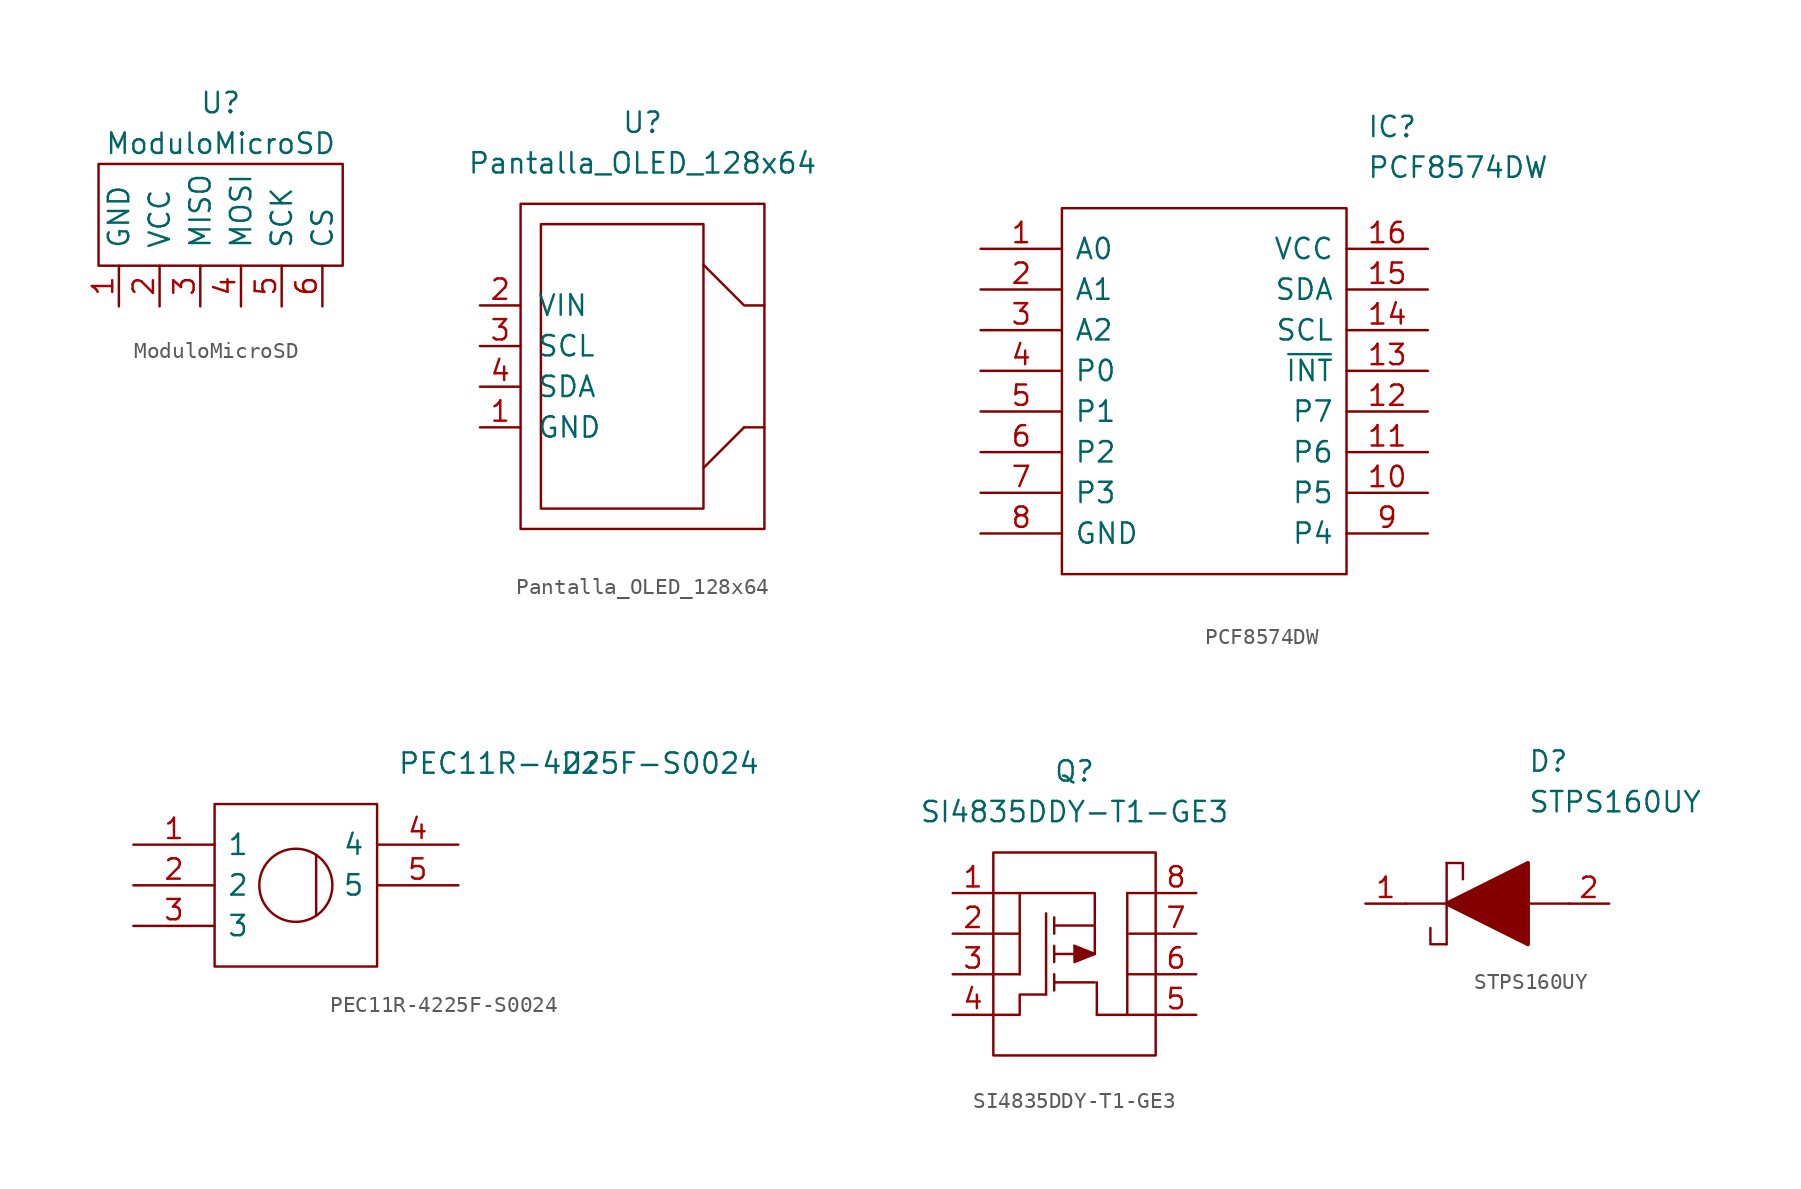
<source format=kicad_sym>
(kicad_symbol_lib
  (version 20231120)
  (generator "kicad_symbol_editor")
  (generator_version "8.0")
  (symbol "ModuloMicroSD"
    (pin_names
      (offset 1.016))
    (property "Reference" "U"
      (at 0 7.62 0)
      (effects (font (size 1.27 1.27))))
    (property "Value" "ModuloMicroSD"
      (at 0 5.08 0)
      (effects (font (size 1.27 1.27))))
    (symbol "ModuloMicroSD_0_1"
      (polyline (pts (xy -7.62 -2.54) (xy 7.62 -2.54) (xy 7.62 3.81) (xy -7.62 3.81) (xy -7.62 -2.54)) (stroke (width 0) (type default)) (fill (type none))))
    (symbol "ModuloMicroSD_1_1"
      (pin input line (at -6.35 -5.08 90) (length 2.54) (name "GND" (effects (font (size 1.27 1.27)))) (number "1" (effects (font (size 1.27 1.27)))))
      (pin input line (at -3.81 -5.08 90) (length 2.54) (name "VCC" (effects (font (size 1.27 1.27)))) (number "2" (effects (font (size 1.27 1.27)))))
      (pin output line (at -1.27 -5.08 90) (length 2.54) (name "MISO" (effects (font (size 1.27 1.27)))) (number "3" (effects (font (size 1.27 1.27)))))
      (pin input line (at 1.27 -5.08 90) (length 2.54) (name "MOSI" (effects (font (size 1.27 1.27)))) (number "4" (effects (font (size 1.27 1.27)))))
      (pin input line (at 3.81 -5.08 90) (length 2.54) (name "SCK" (effects (font (size 1.27 1.27)))) (number "5" (effects (font (size 1.27 1.27)))))
      (pin input line (at 6.35 -5.08 90) (length 2.54) (name "CS" (effects (font (size 1.27 1.27)))) (number "6" (effects (font (size 1.27 1.27)))))))
  (symbol "Pantalla_OLED_128x64"
    (pin_names
      (offset 1.016))
    (property "Reference" "U"
      (at 0 15.24 0)
      (effects (font (size 1.27 1.27))))
    (property "Value" "Pantalla_OLED_128x64"
      (at 0 12.7 0)
      (effects (font (size 1.27 1.27))))
    (symbol "Pantalla_OLED_128x64_0_1"
      (rectangle (start -7.62 10.16) (end 7.62 -10.16) (stroke (width 0) (type default)) (fill (type none)))
      (rectangle (start -6.35 -8.89) (end 3.81 8.89) (stroke (width 0) (type default)) (fill (type none)))
      (polyline (pts (xy 6.35 -3.81) (xy 3.81 -6.35)) (stroke (width 0) (type default)) (fill (type none)))
      (polyline (pts (xy 7.62 -3.81) (xy 6.35 -3.81)) (stroke (width 0) (type default)) (fill (type none)))
      (polyline (pts (xy 3.81 6.35) (xy 6.35 3.81) (xy 7.62 3.81)) (stroke (width 0) (type default)) (fill (type none))))
    (symbol "Pantalla_OLED_128x64_1_1"
      (pin power_in line (at -10.16 -3.81 0) (length 2.54) (name "GND" (effects (font (size 1.27 1.27)))) (number "1" (effects (font (size 1.27 1.27)))))
      (pin power_in line (at -10.16 3.81 0) (length 2.54) (name "VIN" (effects (font (size 1.27 1.27)))) (number "2" (effects (font (size 1.27 1.27)))))
      (pin passive line (at -10.16 1.27 0) (length 2.54) (name "SCL" (effects (font (size 1.27 1.27)))) (number "3" (effects (font (size 1.27 1.27)))))
      (pin passive line (at -10.16 -1.27 0) (length 2.54) (name "SDA" (effects (font (size 1.27 1.27)))) (number "4" (effects (font (size 1.27 1.27)))))))
  (symbol "PCF8574DW"
    (pin_names
      (offset 0.762))
    (property "Reference" "IC"
      (at 10.16 16.51 0)
      (effects (font (size 1.27 1.27)) (justify left)))
    (property "Value" "PCF8574DW"
      (at 10.16 13.97 0)
      (effects (font (size 1.27 1.27)) (justify left)))
    (symbol "PCF8574DW_0_0"
      (pin passive line (at -13.97 8.89 0) (length 5.08) (name "A0" (effects (font (size 1.27 1.27)))) (number "1" (effects (font (size 1.27 1.27)))))
      (pin passive line (at 13.97 -6.35 180) (length 5.08) (name "P5" (effects (font (size 1.27 1.27)))) (number "10" (effects (font (size 1.27 1.27)))))
      (pin passive line (at 13.97 -3.81 180) (length 5.08) (name "P6" (effects (font (size 1.27 1.27)))) (number "11" (effects (font (size 1.27 1.27)))))
      (pin passive line (at 13.97 -1.27 180) (length 5.08) (name "P7" (effects (font (size 1.27 1.27)))) (number "12" (effects (font (size 1.27 1.27)))))
      (pin passive line (at 13.97 1.27 180) (length 5.08) (name "~{INT}" (effects (font (size 1.27 1.27)))) (number "13" (effects (font (size 1.27 1.27)))))
      (pin passive line (at 13.97 3.81 180) (length 5.08) (name "SCL" (effects (font (size 1.27 1.27)))) (number "14" (effects (font (size 1.27 1.27)))))
      (pin passive line (at 13.97 6.35 180) (length 5.08) (name "SDA" (effects (font (size 1.27 1.27)))) (number "15" (effects (font (size 1.27 1.27)))))
      (pin passive line (at 13.97 8.89 180) (length 5.08) (name "VCC" (effects (font (size 1.27 1.27)))) (number "16" (effects (font (size 1.27 1.27)))))
      (pin passive line (at -13.97 6.35 0) (length 5.08) (name "A1" (effects (font (size 1.27 1.27)))) (number "2" (effects (font (size 1.27 1.27)))))
      (pin passive line (at -13.97 3.81 0) (length 5.08) (name "A2" (effects (font (size 1.27 1.27)))) (number "3" (effects (font (size 1.27 1.27)))))
      (pin passive line (at -13.97 1.27 0) (length 5.08) (name "P0" (effects (font (size 1.27 1.27)))) (number "4" (effects (font (size 1.27 1.27)))))
      (pin passive line (at -13.97 -1.27 0) (length 5.08) (name "P1" (effects (font (size 1.27 1.27)))) (number "5" (effects (font (size 1.27 1.27)))))
      (pin passive line (at -13.97 -3.81 0) (length 5.08) (name "P2" (effects (font (size 1.27 1.27)))) (number "6" (effects (font (size 1.27 1.27)))))
      (pin passive line (at -13.97 -6.35 0) (length 5.08) (name "P3" (effects (font (size 1.27 1.27)))) (number "7" (effects (font (size 1.27 1.27)))))
      (pin passive line (at -13.97 -8.89 0) (length 5.08) (name "GND" (effects (font (size 1.27 1.27)))) (number "8" (effects (font (size 1.27 1.27)))))
      (pin passive line (at 13.97 -8.89 180) (length 5.08) (name "P4" (effects (font (size 1.27 1.27)))) (number "9" (effects (font (size 1.27 1.27))))))
    (symbol "PCF8574DW_0_1"
      (polyline (pts (xy -8.89 11.43) (xy 8.89 11.43) (xy 8.89 -11.43) (xy -8.89 -11.43) (xy -8.89 11.43)) (stroke (width 0.152) (type default)) (fill (type none)))))
  (symbol "PEC11R-4225F-S0024"
    (pin_names
      (offset 0.762))
    (property "Reference" "U"
      (at 16.51 7.62 0)
      (effects (font (size 1.27 1.27)) (justify left)))
    (property "Value" "PEC11R-4225F-S0024"
      (at 6.35 7.62 0)
      (effects (font (size 1.27 1.27)) (justify left)))
    (symbol "PEC11R-4225F-S0024_0_0"
      (pin passive line (at -10.16 2.54 0) (length 5.08) (name "1" (effects (font (size 1.27 1.27)))) (number "1" (effects (font (size 1.27 1.27)))))
      (pin passive line (at -10.16 0 0) (length 5.08) (name "2" (effects (font (size 1.27 1.27)))) (number "2" (effects (font (size 1.27 1.27)))))
      (pin passive line (at -10.16 -2.54 0) (length 5.08) (name "3" (effects (font (size 1.27 1.27)))) (number "3" (effects (font (size 1.27 1.27)))))
      (pin passive line (at 10.16 2.54 180) (length 5.08) (name "4" (effects (font (size 1.27 1.27)))) (number "4" (effects (font (size 1.27 1.27)))))
      (pin passive line (at 10.16 0 180) (length 5.08) (name "5" (effects (font (size 1.27 1.27)))) (number "5" (effects (font (size 1.27 1.27))))))
    (symbol "PEC11R-4225F-S0024_0_1"
      (polyline (pts (xy 1.27 -1.905) (xy 1.27 1.905)) (stroke (width 0) (type default)) (fill (type none)))
      (polyline (pts (xy -5.08 5.08) (xy 5.08 5.08) (xy 5.08 -5.08) (xy -5.08 -5.08) (xy -5.08 5.08)) (stroke (width 0.152) (type default)) (fill (type none)))
      (circle (center 0 0) (radius 2.286) (stroke (width 0) (type default)) (fill (type none)))))
  (symbol "SI4835DDY-T1-GE3"
    (pin_names
      (offset 1.016))
    (property "Reference" "Q"
      (at 0 11.43 0)
      (effects (font (size 1.27 1.27))))
    (property "Value" "SI4835DDY-T1-GE3"
      (at 0 8.89 0)
      (effects (font (size 1.27 1.27))))
    (symbol "SI4835DDY-T1-GE3_0_1"
      (rectangle (start -5.08 6.35) (end 5.08 -6.35) (stroke (width 0) (type default)) (fill (type none)))
      (polyline (pts (xy -5.08 -1.27) (xy -3.429 -1.27)) (stroke (width 0) (type default)) (fill (type none)))
      (polyline (pts (xy -5.08 1.27) (xy -3.429 1.27)) (stroke (width 0) (type default)) (fill (type none)))
      (polyline (pts (xy -3.429 3.81) (xy -3.429 -1.27)) (stroke (width 0) (type default)) (fill (type none)))
      (polyline (pts (xy -1.27 0) (xy 0 0)) (stroke (width 0) (type default)) (fill (type none)))
      (polyline (pts (xy 0 0.508) (xy 1.27 0)) (stroke (width 0) (type default)) (fill (type none)))
      (polyline (pts (xy 1.397 -3.81) (xy 5.08 -3.81)) (stroke (width 0) (type default)) (fill (type none)))
      (polyline (pts (xy 1.397 -1.778) (xy 1.397 -3.81)) (stroke (width 0) (type default)) (fill (type none)))
      (polyline (pts (xy 3.302 -3.81) (xy 3.302 3.81)) (stroke (width 0) (type default)) (fill (type none)))
      (polyline (pts (xy 3.302 3.81) (xy 5.08 3.81)) (stroke (width 0) (type default)) (fill (type none)))
      (polyline (pts (xy 5.08 -1.27) (xy 3.302 -1.27)) (stroke (width 0) (type default)) (fill (type none)))
      (polyline (pts (xy 5.08 1.27) (xy 3.429 1.27)) (stroke (width 0) (type default)) (fill (type none)))
      (polyline (pts (xy 1.27 1.778) (xy 1.27 3.81) (xy -5.08 3.81)) (stroke (width 0) (type default)) (fill (type none)))
      (polyline (pts (xy -5.08 -3.81) (xy -3.429 -3.81) (xy -3.429 -2.54) (xy -1.778 -2.54)) (stroke (width 0) (type default)) (fill (type none))))
    (symbol "SI4835DDY-T1-GE3_1_1"
      (polyline (pts (xy -1.778 -2.54) (xy -1.778 2.54) (xy -1.778 2.54)) (stroke (width 0) (type default)) (fill (type outline)))
      (polyline (pts (xy -1.27 -1.778) (xy 1.27 -1.778) (xy 1.27 -1.778)) (stroke (width 0) (type default)) (fill (type none)))
      (polyline (pts (xy -1.27 -1.27) (xy -1.27 -2.286) (xy -1.27 -2.286)) (stroke (width 0) (type default)) (fill (type outline)))
      (polyline (pts (xy -1.27 0.508) (xy -1.27 -0.508) (xy -1.27 -0.508)) (stroke (width 0) (type default)) (fill (type outline)))
      (polyline (pts (xy -1.27 2.286) (xy -1.27 1.27) (xy -1.27 1.27)) (stroke (width 0) (type default)) (fill (type outline)))
      (polyline (pts (xy 0 0.508) (xy 0 -0.508) (xy 1.27 0) (xy 1.27 0)) (stroke (width 0) (type default)) (fill (type outline)))
      (polyline (pts (xy -1.27 1.778) (xy 1.27 1.778) (xy 1.27 0) (xy 0 0) (xy 0 0)) (stroke (width 0) (type default)) (fill (type none)))
      (pin input line (at -7.62 3.81 0) (length 2.54) (name "~" (effects (font (size 1.27 1.27)))) (number "1" (effects (font (size 1.27 1.27)))))
      (pin input line (at -7.62 1.27 0) (length 2.54) (name "~" (effects (font (size 1.27 1.27)))) (number "2" (effects (font (size 1.27 1.27)))))
      (pin input line (at -7.62 -1.27 0) (length 2.54) (name "~" (effects (font (size 1.27 1.27)))) (number "3" (effects (font (size 1.27 1.27)))))
      (pin input line (at -7.62 -3.81 0) (length 2.54) (name "~" (effects (font (size 1.27 1.27)))) (number "4" (effects (font (size 1.27 1.27)))))
      (pin input line (at 7.62 -3.81 180) (length 2.54) (name "~" (effects (font (size 1.27 1.27)))) (number "5" (effects (font (size 1.27 1.27)))))
      (pin input line (at 7.62 -1.27 180) (length 2.54) (name "~" (effects (font (size 1.27 1.27)))) (number "6" (effects (font (size 1.27 1.27)))))
      (pin input line (at 7.62 1.27 180) (length 2.54) (name "~" (effects (font (size 1.27 1.27)))) (number "7" (effects (font (size 1.27 1.27)))))
      (pin input line (at 7.62 3.81 180) (length 2.54) (name "~" (effects (font (size 1.27 1.27)))) (number "8" (effects (font (size 1.27 1.27)))))))
  (symbol "STPS160UY"
    (pin_names
      (offset 0.762))
    (property "Reference" "D"
      (at 2.54 8.89 0)
      (effects (font (size 1.27 1.27)) (justify left)))
    (property "Value" "STPS160UY"
      (at 2.54 6.35 0)
      (effects (font (size 1.27 1.27)) (justify left)))
    (symbol "STPS160UY_0_0"
      (pin passive line (at -7.62 0 0) (length 2.54) (name "~" (effects (font (size 1.27 1.27)))) (number "1" (effects (font (size 1.27 1.27)))))
      (pin passive line (at 7.62 0 180) (length 2.54) (name "~" (effects (font (size 1.27 1.27)))) (number "2" (effects (font (size 1.27 1.27))))))
    (symbol "STPS160UY_0_1"
      (polyline (pts (xy -5.08 0) (xy -2.54 0)) (stroke (width 0.152) (type default)) (fill (type none)))
      (polyline (pts (xy -2.54 2.54) (xy -2.54 -2.54)) (stroke (width 0.152) (type default)) (fill (type none)))
      (polyline (pts (xy 2.54 0) (xy 5.08 0)) (stroke (width 0.152) (type default)) (fill (type none)))
      (polyline (pts (xy -2.54 -2.54) (xy -3.556 -2.54) (xy -3.556 -1.524)) (stroke (width 0.152) (type default)) (fill (type none)))
      (polyline (pts (xy -2.54 2.54) (xy -1.524 2.54) (xy -1.524 1.524)) (stroke (width 0.152) (type default)) (fill (type none)))
      (polyline (pts (xy -2.54 0) (xy 2.54 2.54) (xy 2.54 -2.54) (xy -2.54 0)) (stroke (width 0.254) (type default)) (fill (type outline))))))
</source>
